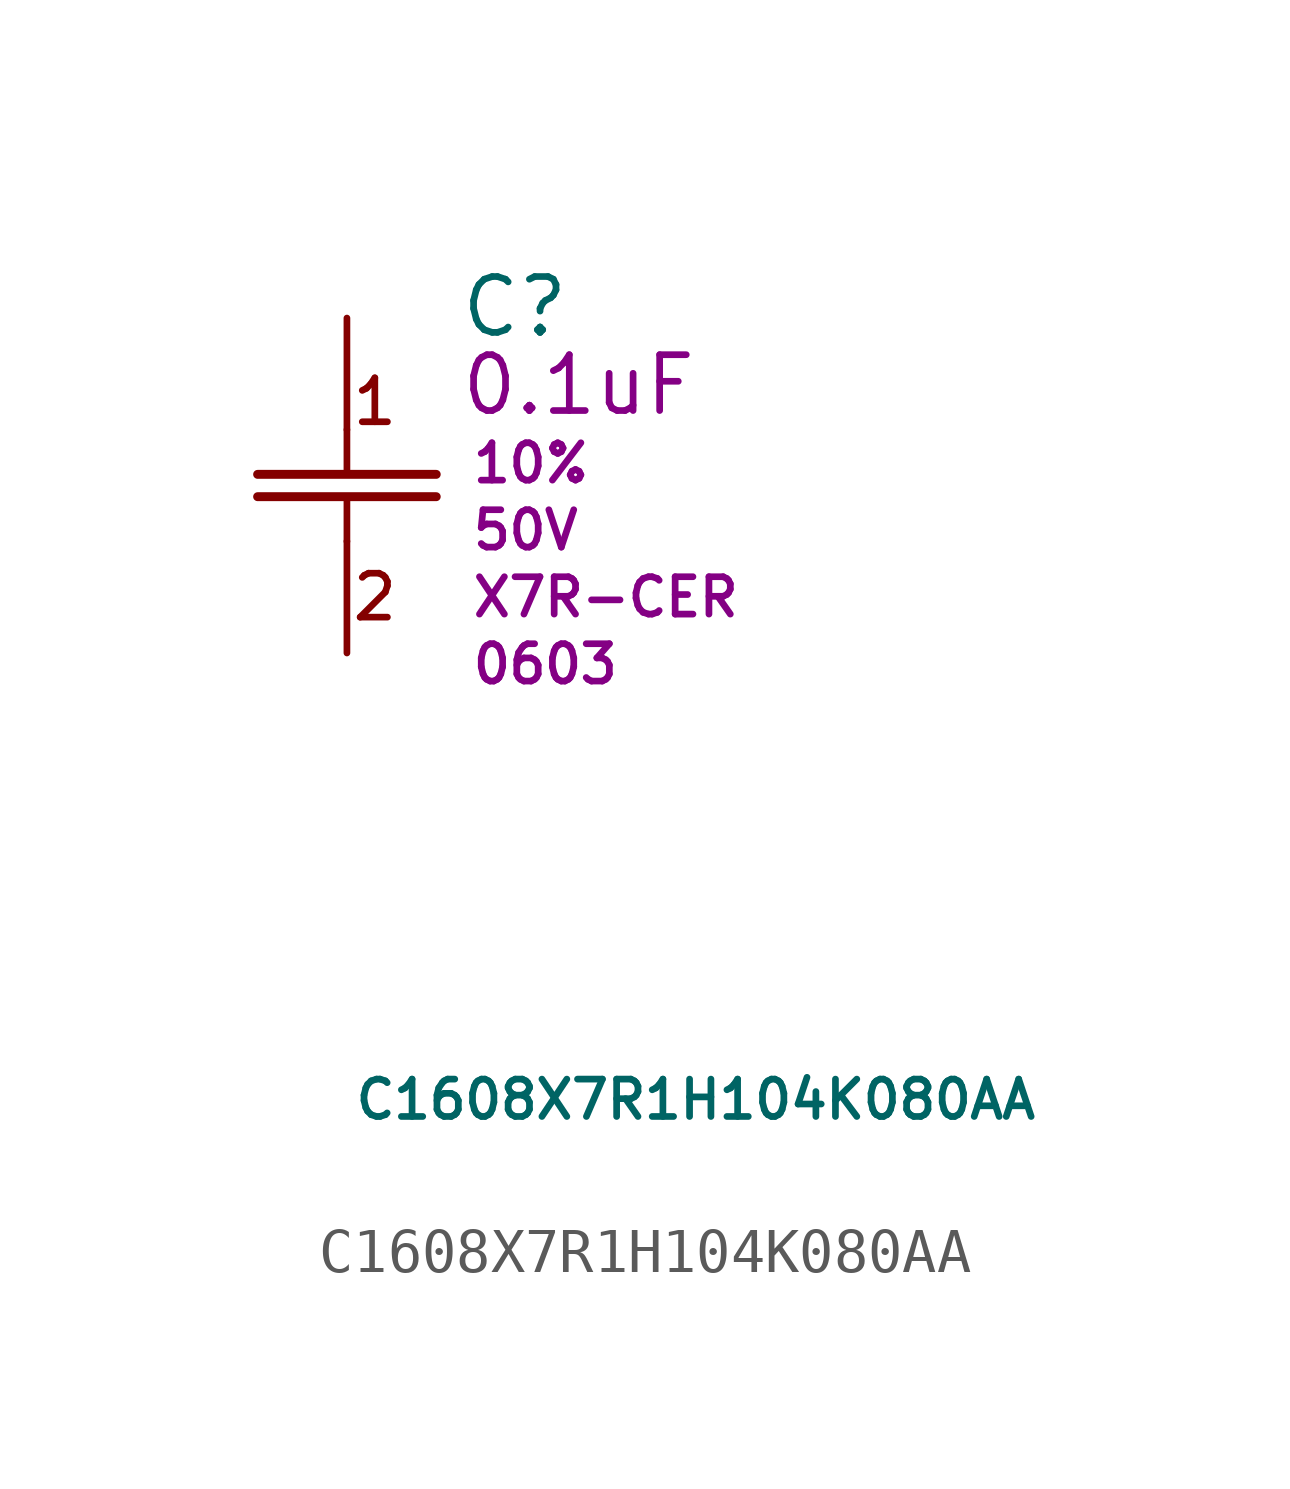
<source format=kicad_sym>
(kicad_symbol_lib
  (version 20211014)
  (generator kicad_symbol_editor)
  (symbol "C1608X7R1H104K080AA"
    (pin_numbers hide)
    (pin_names
      (offset 1.651) hide)
    (property "Reference" "C"
      (at 2.54 0.254 0)
      (effects (font (size 1.27 1.27)) (justify left)))
    (property "Value" "C1608X7R1H104K080AA"
      (at 0.127 -17.78 0)
      (effects (font (size 0.85 0.85)) (justify left)))
    (property "Capacitance" "0.1uF"
      (at 2.54 -1.524 0)
      (effects (font (size 1.27 1.27)) (justify left)))
    (property "Tolerance" "10%"
      (at 2.794 -3.302 0)
      (effects (font (size 0.85 0.85)) (justify left)))
    (property "Rated Voltage" "50V"
      (at 2.794 -4.826 0)
      (effects (font (size 0.85 0.85)) (justify left)))
    (property "Code" "X7R-CER"
      (at 2.794 -6.35 0)
      (effects (font (size 0.85 0.85)) (justify left)))
    (property "Size" "0603"
      (at 2.794 -7.874 0)
      (effects (font (size 0.85 0.85)) (justify left)))
    (symbol "C1608X7R1H104K080AA_0_0"
      (polyline (pts (xy 0 -5.08) (xy 0 -4.064)) (stroke (width 0) (type default) (color 0 0 0 0)) (fill (type none)))
      (polyline (pts (xy 0 -3.556) (xy 0 -2.54)) (stroke (width 0) (type default) (color 0 0 0 0)) (fill (type none)))
      (text "1" (at 0.635 -1.905 0) (effects (font (size 1 1))))
      (text "2" (at 0.635 -6.35 0) (effects (font (size 1 1)))))
    (symbol "C1608X7R1H104K080AA_1_1"
      (polyline (pts (xy -2.032 -4.064) (xy 2.032 -4.064)) (stroke (width 0.203) (type default) (color 0 0 0 0)) (fill (type none)))
      (polyline (pts (xy -2.032 -3.556) (xy 2.032 -3.556)) (stroke (width 0.203) (type default) (color 0 0 0 0)) (fill (type none)))
      (pin passive line (at 0 0 270) (length 2.54) (name "1" (effects (font (size 1.27 1.27)))) (number "1" (effects (font (size 1.27 1.27)))))
      (pin passive line (at 0 -7.62 90) (length 2.54) (name "2" (effects (font (size 1.27 1.27)))) (number "2" (effects (font (size 1.27 1.27))))))))
</source>
